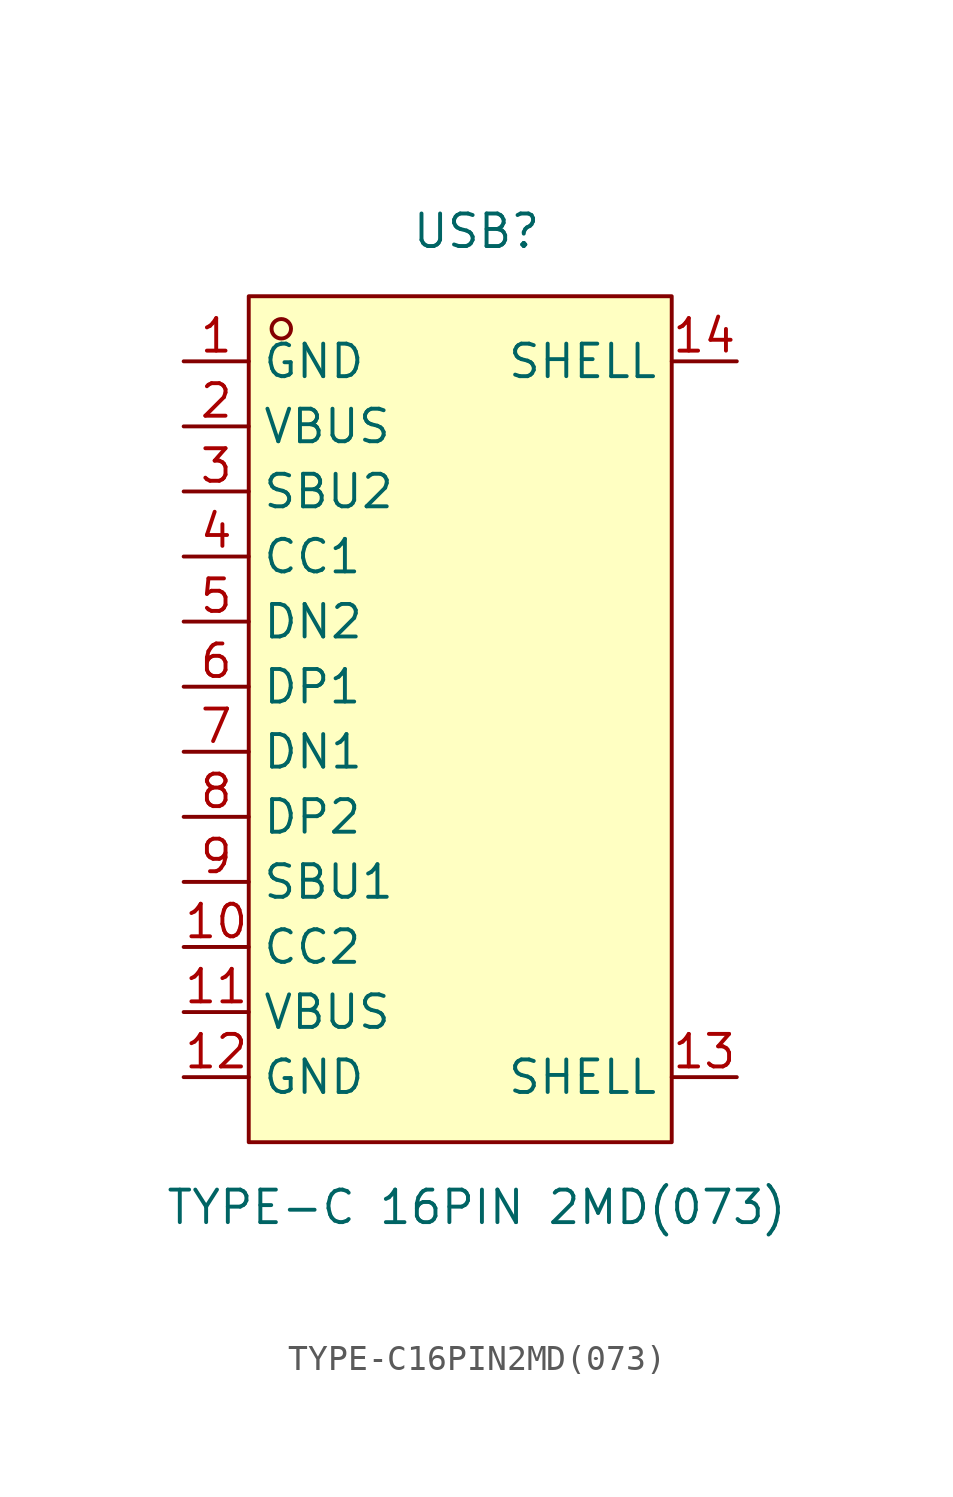
<source format=kicad_sym>
(kicad_symbol_lib
  (version 20241209)
  (generator "kicad_symbol_editor")
  (generator_version "9.0")
  (symbol "TYPE-C16PIN2MD(073)"
    (property "Reference" "USB"
      (at 0 19.05 0)
      (effects (font (size 1.27 1.27))))
    (property "Value" "TYPE-C 16PIN 2MD(073)"
      (at 0 -19.05 0)
      (effects (font (size 1.27 1.27))))
    (symbol "TYPE-C16PIN2MD(073)_0_1"
      (rectangle (start -8.89 16.51) (end 7.62 -16.51) (stroke (width 0) (type default)) (fill (type background)))
      (circle (center -7.62 15.24) (radius 0.38) (stroke (width 0) (type default)) (fill (type none))))
    (symbol "TYPE-C16PIN2MD(073)_1_1"
      (pin passive line (at -11.43 13.97 0) (length 2.54) (name "GND" (effects (font (size 1.27 1.27)))) (number "1" (effects (font (size 1.27 1.27)))))
      (pin passive line (at -11.43 11.43 0) (length 2.54) (name "VBUS" (effects (font (size 1.27 1.27)))) (number "2" (effects (font (size 1.27 1.27)))))
      (pin passive line (at -11.43 8.89 0) (length 2.54) (name "SBU2" (effects (font (size 1.27 1.27)))) (number "3" (effects (font (size 1.27 1.27)))))
      (pin passive line (at -11.43 6.35 0) (length 2.54) (name "CC1" (effects (font (size 1.27 1.27)))) (number "4" (effects (font (size 1.27 1.27)))))
      (pin passive line (at -11.43 3.81 0) (length 2.54) (name "DN2" (effects (font (size 1.27 1.27)))) (number "5" (effects (font (size 1.27 1.27)))))
      (pin passive line (at -11.43 1.27 0) (length 2.54) (name "DP1" (effects (font (size 1.27 1.27)))) (number "6" (effects (font (size 1.27 1.27)))))
      (pin passive line (at -11.43 -1.27 0) (length 2.54) (name "DN1" (effects (font (size 1.27 1.27)))) (number "7" (effects (font (size 1.27 1.27)))))
      (pin passive line (at -11.43 -3.81 0) (length 2.54) (name "DP2" (effects (font (size 1.27 1.27)))) (number "8" (effects (font (size 1.27 1.27)))))
      (pin passive line (at -11.43 -6.35 0) (length 2.54) (name "SBU1" (effects (font (size 1.27 1.27)))) (number "9" (effects (font (size 1.27 1.27)))))
      (pin passive line (at -11.43 -8.89 0) (length 2.54) (name "CC2" (effects (font (size 1.27 1.27)))) (number "10" (effects (font (size 1.27 1.27)))))
      (pin passive line (at -11.43 -11.43 0) (length 2.54) (name "VBUS" (effects (font (size 1.27 1.27)))) (number "11" (effects (font (size 1.27 1.27)))))
      (pin passive line (at -11.43 -13.97 0) (length 2.54) (name "GND" (effects (font (size 1.27 1.27)))) (number "12" (effects (font (size 1.27 1.27)))))
      (pin passive line (at 10.16 13.97 180) (length 2.54) (name "SHELL" (effects (font (size 1.27 1.27)))) (number "14" (effects (font (size 1.27 1.27)))))
      (pin passive line (at 10.16 -13.97 180) (length 2.54) (name "SHELL" (effects (font (size 1.27 1.27)))) (number "13" (effects (font (size 1.27 1.27))))))))
</source>
